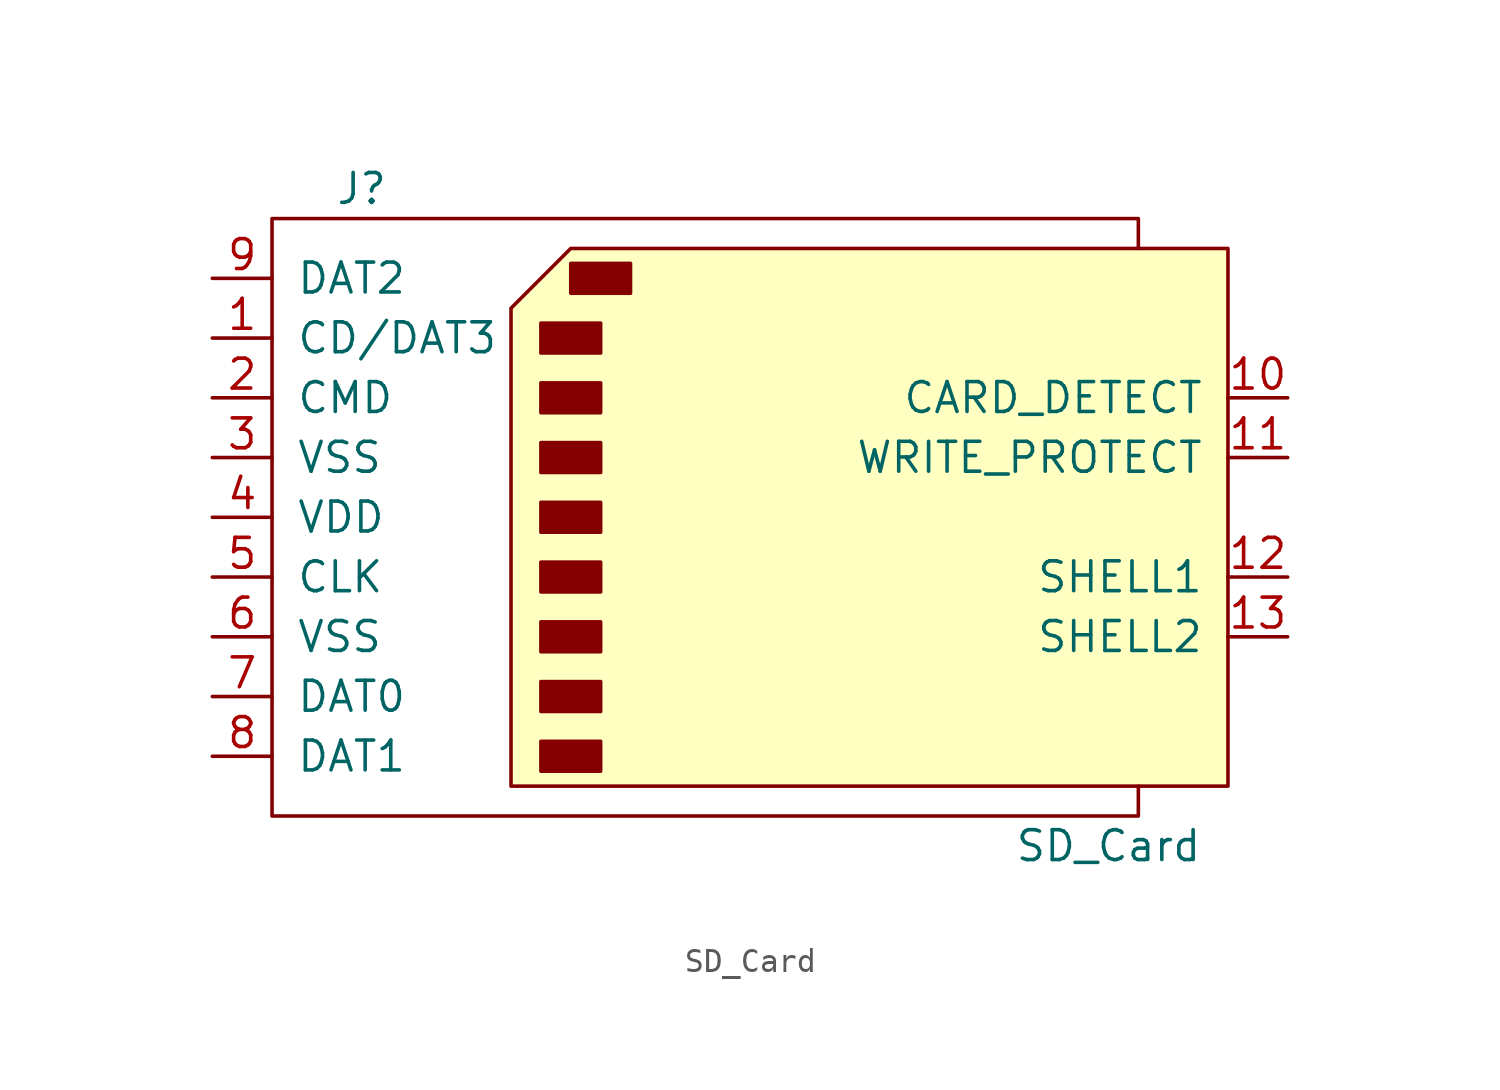
<source format=kicad_sym>
(kicad_symbol_lib
  (version 20220914)
  (generator kicad_symbol_editor)
  (symbol "SD_Card"
    (pin_names
      (offset 1.016))
    (property "Reference" "J"
      (at -16.51 13.97 0)
      (effects (font (size 1.27 1.27))))
    (property "Value" "SD_Card"
      (at 15.24 -13.97 0)
      (effects (font (size 1.27 1.27))))
    (symbol "SD_Card_0_1"
      (rectangle (start -8.89 -9.525) (end -6.35 -10.795) (stroke (width 0) (type default)) (fill (type outline)))
      (rectangle (start -8.89 -6.985) (end -6.35 -8.255) (stroke (width 0) (type default)) (fill (type outline)))
      (rectangle (start -8.89 -4.445) (end -6.35 -5.715) (stroke (width 0) (type default)) (fill (type outline)))
      (rectangle (start -8.89 -1.905) (end -6.35 -3.175) (stroke (width 0) (type default)) (fill (type outline)))
      (rectangle (start -8.89 0.635) (end -6.35 -0.635) (stroke (width 0) (type default)) (fill (type outline)))
      (rectangle (start -8.89 3.175) (end -6.35 1.905) (stroke (width 0) (type default)) (fill (type outline)))
      (rectangle (start -8.89 5.715) (end -6.35 4.445) (stroke (width 0) (type default)) (fill (type outline)))
      (rectangle (start -8.89 8.255) (end -6.35 6.985) (stroke (width 0) (type default)) (fill (type outline)))
      (rectangle (start -7.62 10.795) (end -5.08 9.525) (stroke (width 0) (type default)) (fill (type outline)))
      (polyline (pts (xy -10.16 8.89) (xy -7.62 11.43) (xy 20.32 11.43) (xy 20.32 -11.43) (xy -10.16 -11.43) (xy -10.16 8.89)) (stroke (width 0) (type default)) (fill (type background)))
      (polyline (pts (xy 16.51 11.43) (xy 16.51 12.7) (xy -20.32 12.7) (xy -20.32 -12.7) (xy 16.51 -12.7) (xy 16.51 -11.43)) (stroke (width 0) (type default)) (fill (type none))))
    (symbol "SD_Card_1_1"
      (pin input line (at -22.86 7.62 0) (length 2.54) (name "CD/DAT3" (effects (font (size 1.27 1.27)))) (number "1" (effects (font (size 1.27 1.27)))))
      (pin power_in line (at 22.86 5.08 180) (length 2.54) (name "CARD_DETECT" (effects (font (size 1.27 1.27)))) (number "10" (effects (font (size 1.27 1.27)))))
      (pin power_in line (at 22.86 2.54 180) (length 2.54) (name "WRITE_PROTECT" (effects (font (size 1.27 1.27)))) (number "11" (effects (font (size 1.27 1.27)))))
      (pin power_in line (at 22.86 -2.54 180) (length 2.54) (name "SHELL1" (effects (font (size 1.27 1.27)))) (number "12" (effects (font (size 1.27 1.27)))))
      (pin power_in line (at 22.86 -5.08 180) (length 2.54) (name "SHELL2" (effects (font (size 1.27 1.27)))) (number "13" (effects (font (size 1.27 1.27)))))
      (pin input line (at -22.86 5.08 0) (length 2.54) (name "CMD" (effects (font (size 1.27 1.27)))) (number "2" (effects (font (size 1.27 1.27)))))
      (pin power_in line (at -22.86 2.54 0) (length 2.54) (name "VSS" (effects (font (size 1.27 1.27)))) (number "3" (effects (font (size 1.27 1.27)))))
      (pin power_in line (at -22.86 0 0) (length 2.54) (name "VDD" (effects (font (size 1.27 1.27)))) (number "4" (effects (font (size 1.27 1.27)))))
      (pin input line (at -22.86 -2.54 0) (length 2.54) (name "CLK" (effects (font (size 1.27 1.27)))) (number "5" (effects (font (size 1.27 1.27)))))
      (pin power_in line (at -22.86 -5.08 0) (length 2.54) (name "VSS" (effects (font (size 1.27 1.27)))) (number "6" (effects (font (size 1.27 1.27)))))
      (pin input line (at -22.86 -7.62 0) (length 2.54) (name "DAT0" (effects (font (size 1.27 1.27)))) (number "7" (effects (font (size 1.27 1.27)))))
      (pin input line (at -22.86 -10.16 0) (length 2.54) (name "DAT1" (effects (font (size 1.27 1.27)))) (number "8" (effects (font (size 1.27 1.27)))))
      (pin input line (at -22.86 10.16 0) (length 2.54) (name "DAT2" (effects (font (size 1.27 1.27)))) (number "9" (effects (font (size 1.27 1.27))))))))
</source>
